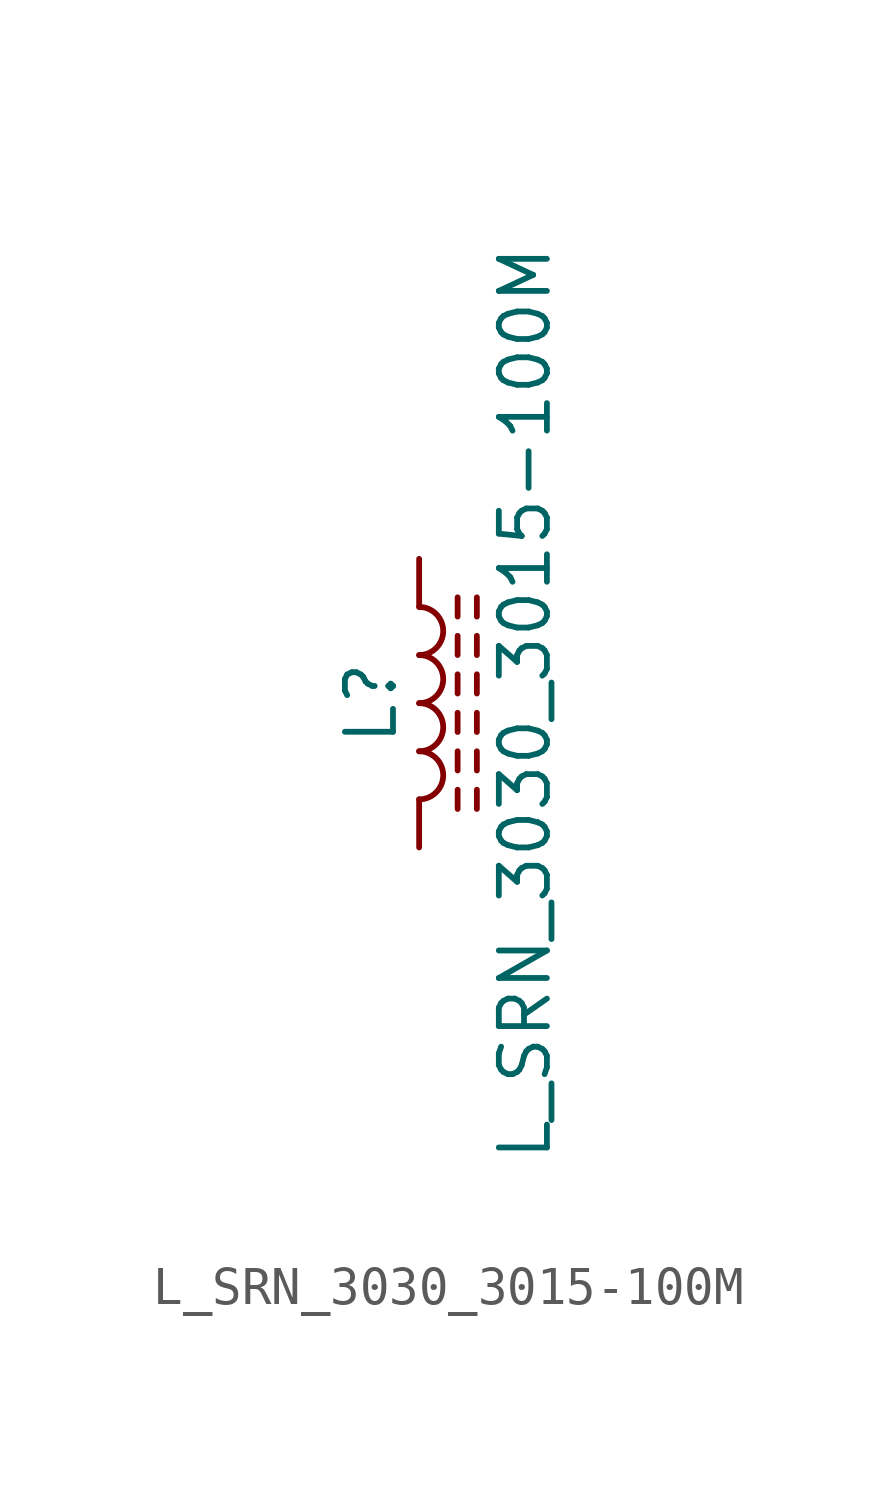
<source format=kicad_sym>
(kicad_symbol_lib
  (version 20211014)
  (generator kicad_symbol_editor)
  (symbol "L_SRN_3030_3015-100M"
    (pin_numbers hide)
    (pin_names
      (offset 1.016) hide)
    (property "Reference" "L"
      (at -1.27 0 90)
      (effects (font (size 1.27 1.27))))
    (property "Value" "L_SRN_3030_3015-100M"
      (at 2.794 0 90)
      (effects (font (size 1.27 1.27))))
    (symbol "L_SRN_3030_3015-100M_0_1"
      (arc (start 0 -2.54) (mid 0.635 -1.905) (end 0 -1.27) (stroke (width 0) (type default) (color 0 0 0 0)) (fill (type none)))
      (arc (start 0 -1.27) (mid 0.635 -0.635) (end 0 0) (stroke (width 0) (type default) (color 0 0 0 0)) (fill (type none)))
      (polyline (pts (xy 1.016 -2.794) (xy 1.016 -2.286)) (stroke (width 0) (type default) (color 0 0 0 0)) (fill (type none)))
      (polyline (pts (xy 1.016 -1.778) (xy 1.016 -1.27)) (stroke (width 0) (type default) (color 0 0 0 0)) (fill (type none)))
      (polyline (pts (xy 1.016 -0.762) (xy 1.016 -0.254)) (stroke (width 0) (type default) (color 0 0 0 0)) (fill (type none)))
      (polyline (pts (xy 1.016 0.254) (xy 1.016 0.762)) (stroke (width 0) (type default) (color 0 0 0 0)) (fill (type none)))
      (polyline (pts (xy 1.016 1.27) (xy 1.016 1.778)) (stroke (width 0) (type default) (color 0 0 0 0)) (fill (type none)))
      (polyline (pts (xy 1.016 2.286) (xy 1.016 2.794)) (stroke (width 0) (type default) (color 0 0 0 0)) (fill (type none)))
      (polyline (pts (xy 1.524 -2.286) (xy 1.524 -2.794)) (stroke (width 0) (type default) (color 0 0 0 0)) (fill (type none)))
      (polyline (pts (xy 1.524 -1.27) (xy 1.524 -1.778)) (stroke (width 0) (type default) (color 0 0 0 0)) (fill (type none)))
      (polyline (pts (xy 1.524 -0.254) (xy 1.524 -0.762)) (stroke (width 0) (type default) (color 0 0 0 0)) (fill (type none)))
      (polyline (pts (xy 1.524 0.762) (xy 1.524 0.254)) (stroke (width 0) (type default) (color 0 0 0 0)) (fill (type none)))
      (polyline (pts (xy 1.524 1.778) (xy 1.524 1.27)) (stroke (width 0) (type default) (color 0 0 0 0)) (fill (type none)))
      (polyline (pts (xy 1.524 2.794) (xy 1.524 2.286)) (stroke (width 0) (type default) (color 0 0 0 0)) (fill (type none)))
      (arc (start 0 0) (mid 0.635 0.635) (end 0 1.27) (stroke (width 0) (type default) (color 0 0 0 0)) (fill (type none)))
      (arc (start 0 1.27) (mid 0.635 1.905) (end 0 2.54) (stroke (width 0) (type default) (color 0 0 0 0)) (fill (type none))))
    (symbol "L_SRN_3030_3015-100M_1_1"
      (pin passive line (at 0 3.81 270) (length 1.27) (name "1" (effects (font (size 1.27 1.27)))) (number "1" (effects (font (size 1.27 1.27)))))
      (pin passive line (at 0 -3.81 90) (length 1.27) (name "2" (effects (font (size 1.27 1.27)))) (number "2" (effects (font (size 1.27 1.27))))))))
</source>
